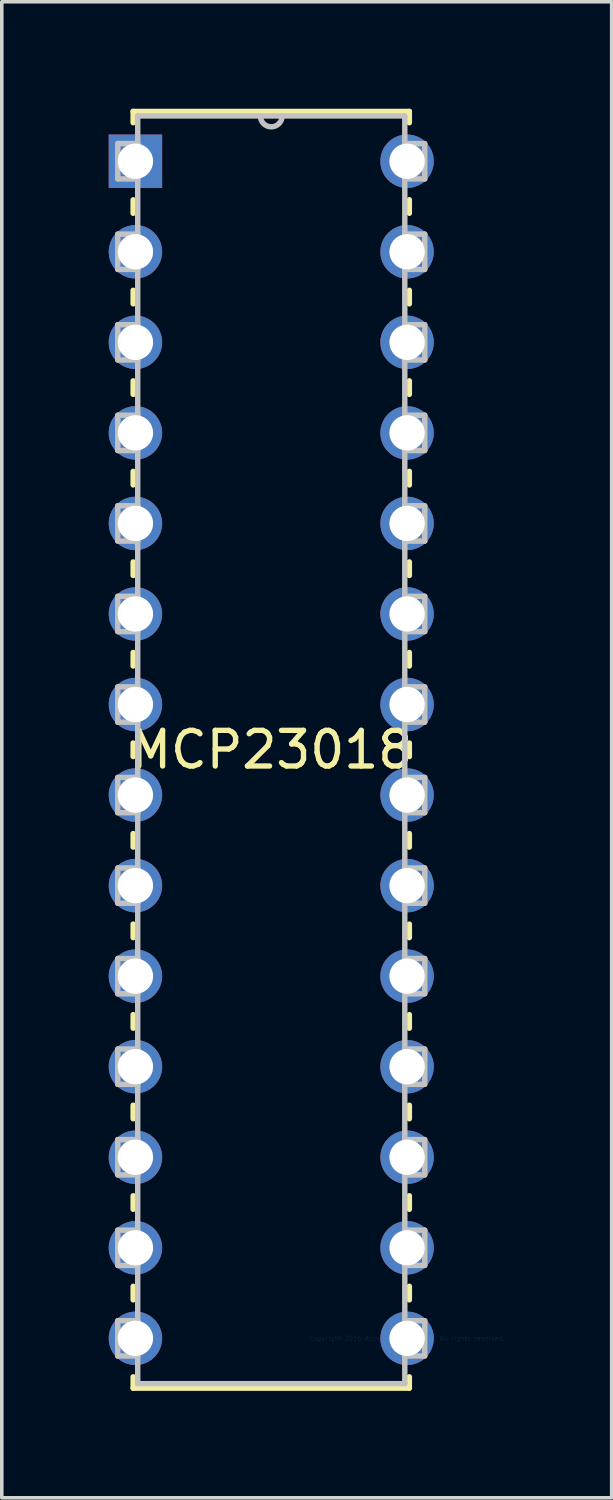
<source format=kicad_pcb>
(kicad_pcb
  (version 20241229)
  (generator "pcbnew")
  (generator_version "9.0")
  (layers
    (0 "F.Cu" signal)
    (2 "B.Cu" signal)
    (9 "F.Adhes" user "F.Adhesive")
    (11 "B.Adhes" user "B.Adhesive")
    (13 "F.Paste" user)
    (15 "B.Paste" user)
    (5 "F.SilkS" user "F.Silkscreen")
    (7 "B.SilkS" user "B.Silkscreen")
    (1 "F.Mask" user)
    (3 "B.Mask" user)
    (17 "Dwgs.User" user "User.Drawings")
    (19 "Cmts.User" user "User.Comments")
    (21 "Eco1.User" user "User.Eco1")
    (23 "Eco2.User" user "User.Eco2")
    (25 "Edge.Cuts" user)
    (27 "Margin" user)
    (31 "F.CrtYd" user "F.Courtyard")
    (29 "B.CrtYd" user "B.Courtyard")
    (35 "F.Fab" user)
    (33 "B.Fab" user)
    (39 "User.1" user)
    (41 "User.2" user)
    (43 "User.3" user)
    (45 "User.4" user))
  (footprint "MCP23018"
    (layer "F.Cu")
    (at 8.369 34.493)
    (property "Reference" "MCP23018" (at -3.81 -16.51 0) (layer "F.SilkS") (effects (font (size 1 1) (thickness 0.15))))
    (attr through_hole)
    (fp_line (start -7.684 -34.417) (end -7.684 -34.102) (stroke (width 0.152) (type solid)) (layer "F.SilkS"))
    (fp_line (start -7.684 -31.938) (end -7.684 -31.56) (stroke (width 0.152) (type solid)) (layer "F.SilkS"))
    (fp_line (start -7.684 -29.4) (end -7.684 -29.02) (stroke (width 0.152) (type solid)) (layer "F.SilkS"))
    (fp_line (start -7.684 -26.86) (end -7.684 -26.48) (stroke (width 0.152) (type solid)) (layer "F.SilkS"))
    (fp_line (start -7.684 -24.32) (end -7.684 -23.94) (stroke (width 0.152) (type solid)) (layer "F.SilkS"))
    (fp_line (start -7.684 -21.78) (end -7.684 -21.4) (stroke (width 0.152) (type solid)) (layer "F.SilkS"))
    (fp_line (start -7.684 -19.24) (end -7.684 -18.86) (stroke (width 0.152) (type solid)) (layer "F.SilkS"))
    (fp_line (start -7.684 -16.7) (end -7.684 -16.32) (stroke (width 0.152) (type solid)) (layer "F.SilkS"))
    (fp_line (start -7.684 -14.16) (end -7.684 -13.78) (stroke (width 0.152) (type solid)) (layer "F.SilkS"))
    (fp_line (start -7.684 -11.62) (end -7.684 -11.24) (stroke (width 0.152) (type solid)) (layer "F.SilkS"))
    (fp_line (start -7.684 -9.08) (end -7.684 -8.7) (stroke (width 0.152) (type solid)) (layer "F.SilkS"))
    (fp_line (start -7.684 -6.54) (end -7.684 -6.16) (stroke (width 0.152) (type solid)) (layer "F.SilkS"))
    (fp_line (start -7.684 -4) (end -7.684 -3.62) (stroke (width 0.152) (type solid)) (layer "F.SilkS"))
    (fp_line (start -7.684 -1.46) (end -7.684 -1.08) (stroke (width 0.152) (type solid)) (layer "F.SilkS"))
    (fp_line (start -7.684 1.08) (end -7.684 1.397) (stroke (width 0.152) (type solid)) (layer "F.SilkS"))
    (fp_line (start -7.684 1.397) (end 0.064 1.397) (stroke (width 0.152) (type solid)) (layer "F.SilkS"))
    (fp_line (start 0.064 -34.417) (end -7.684 -34.417) (stroke (width 0.152) (type solid)) (layer "F.SilkS"))
    (fp_line (start 0.064 -34.1) (end 0.064 -34.417) (stroke (width 0.152) (type solid)) (layer "F.SilkS"))
    (fp_line (start 0.064 -31.56) (end 0.064 -31.94) (stroke (width 0.152) (type solid)) (layer "F.SilkS"))
    (fp_line (start 0.064 -29.02) (end 0.064 -29.4) (stroke (width 0.152) (type solid)) (layer "F.SilkS"))
    (fp_line (start 0.064 -26.48) (end 0.064 -26.86) (stroke (width 0.152) (type solid)) (layer "F.SilkS"))
    (fp_line (start 0.064 -23.94) (end 0.064 -24.32) (stroke (width 0.152) (type solid)) (layer "F.SilkS"))
    (fp_line (start 0.064 -21.4) (end 0.064 -21.78) (stroke (width 0.152) (type solid)) (layer "F.SilkS"))
    (fp_line (start 0.064 -18.86) (end 0.064 -19.24) (stroke (width 0.152) (type solid)) (layer "F.SilkS"))
    (fp_line (start 0.064 -16.32) (end 0.064 -16.7) (stroke (width 0.152) (type solid)) (layer "F.SilkS"))
    (fp_line (start 0.064 -13.78) (end 0.064 -14.16) (stroke (width 0.152) (type solid)) (layer "F.SilkS"))
    (fp_line (start 0.064 -11.24) (end 0.064 -11.62) (stroke (width 0.152) (type solid)) (layer "F.SilkS"))
    (fp_line (start 0.064 -8.7) (end 0.064 -9.08) (stroke (width 0.152) (type solid)) (layer "F.SilkS"))
    (fp_line (start 0.064 -6.16) (end 0.064 -6.54) (stroke (width 0.152) (type solid)) (layer "F.SilkS"))
    (fp_line (start 0.064 -3.62) (end 0.064 -4) (stroke (width 0.152) (type solid)) (layer "F.SilkS"))
    (fp_line (start 0.064 -1.08) (end 0.064 -1.46) (stroke (width 0.152) (type solid)) (layer "F.SilkS"))
    (fp_line (start 0.064 1.397) (end 0.064 1.08) (stroke (width 0.152) (type solid)) (layer "F.SilkS"))
    (fp_line (start -8.115 -33.515) (end -8.115 -32.525) (stroke (width 0.152) (type solid)) (layer "Dwgs.User"))
    (fp_line (start -8.115 -32.525) (end -7.556 -32.525) (stroke (width 0.152) (type solid)) (layer "Dwgs.User"))
    (fp_line (start -8.115 -30.975) (end -8.115 -29.985) (stroke (width 0.152) (type solid)) (layer "Dwgs.User"))
    (fp_line (start -8.115 -29.985) (end -7.556 -29.985) (stroke (width 0.152) (type solid)) (layer "Dwgs.User"))
    (fp_line (start -8.115 -28.435) (end -8.115 -27.445) (stroke (width 0.152) (type solid)) (layer "Dwgs.User"))
    (fp_line (start -8.115 -27.445) (end -7.556 -27.445) (stroke (width 0.152) (type solid)) (layer "Dwgs.User"))
    (fp_line (start -8.115 -25.895) (end -8.115 -24.905) (stroke (width 0.152) (type solid)) (layer "Dwgs.User"))
    (fp_line (start -8.115 -24.905) (end -7.556 -24.905) (stroke (width 0.152) (type solid)) (layer "Dwgs.User"))
    (fp_line (start -8.115 -23.355) (end -8.115 -22.365) (stroke (width 0.152) (type solid)) (layer "Dwgs.User"))
    (fp_line (start -8.115 -22.365) (end -7.556 -22.365) (stroke (width 0.152) (type solid)) (layer "Dwgs.User"))
    (fp_line (start -8.115 -20.815) (end -8.115 -19.825) (stroke (width 0.152) (type solid)) (layer "Dwgs.User"))
    (fp_line (start -8.115 -19.825) (end -7.556 -19.825) (stroke (width 0.152) (type solid)) (layer "Dwgs.User"))
    (fp_line (start -8.115 -18.275) (end -8.115 -17.285) (stroke (width 0.152) (type solid)) (layer "Dwgs.User"))
    (fp_line (start -8.115 -17.285) (end -7.556 -17.285) (stroke (width 0.152) (type solid)) (layer "Dwgs.User"))
    (fp_line (start -8.115 -15.735) (end -8.115 -14.745) (stroke (width 0.152) (type solid)) (layer "Dwgs.User"))
    (fp_line (start -8.115 -14.745) (end -7.556 -14.745) (stroke (width 0.152) (type solid)) (layer "Dwgs.User"))
    (fp_line (start -8.115 -13.195) (end -8.115 -12.205) (stroke (width 0.152) (type solid)) (layer "Dwgs.User"))
    (fp_line (start -8.115 -12.205) (end -7.556 -12.205) (stroke (width 0.152) (type solid)) (layer "Dwgs.User"))
    (fp_line (start -8.115 -10.655) (end -8.115 -9.665) (stroke (width 0.152) (type solid)) (layer "Dwgs.User"))
    (fp_line (start -8.115 -9.665) (end -7.556 -9.665) (stroke (width 0.152) (type solid)) (layer "Dwgs.User"))
    (fp_line (start -8.115 -8.115) (end -8.115 -7.125) (stroke (width 0.152) (type solid)) (layer "Dwgs.User"))
    (fp_line (start -8.115 -7.125) (end -7.556 -7.125) (stroke (width 0.152) (type solid)) (layer "Dwgs.User"))
    (fp_line (start -8.115 -5.575) (end -8.115 -4.585) (stroke (width 0.152) (type solid)) (layer "Dwgs.User"))
    (fp_line (start -8.115 -4.585) (end -7.556 -4.585) (stroke (width 0.152) (type solid)) (layer "Dwgs.User"))
    (fp_line (start -8.115 -3.035) (end -8.115 -2.045) (stroke (width 0.152) (type solid)) (layer "Dwgs.User"))
    (fp_line (start -8.115 -2.045) (end -7.556 -2.045) (stroke (width 0.152) (type solid)) (layer "Dwgs.User"))
    (fp_line (start -8.115 -0.495) (end -8.115 0.495) (stroke (width 0.152) (type solid)) (layer "Dwgs.User"))
    (fp_line (start -8.115 0.495) (end -7.556 0.495) (stroke (width 0.152) (type solid)) (layer "Dwgs.User"))
    (fp_line (start -7.556 -34.29) (end -7.556 1.27) (stroke (width 0.152) (type solid)) (layer "Dwgs.User"))
    (fp_line (start -7.556 -33.515) (end -8.115 -33.515) (stroke (width 0.152) (type solid)) (layer "Dwgs.User"))
    (fp_line (start -7.556 -32.525) (end -7.556 -33.515) (stroke (width 0.152) (type solid)) (layer "Dwgs.User"))
    (fp_line (start -7.556 -30.975) (end -8.115 -30.975) (stroke (width 0.152) (type solid)) (layer "Dwgs.User"))
    (fp_line (start -7.556 -29.985) (end -7.556 -30.975) (stroke (width 0.152) (type solid)) (layer "Dwgs.User"))
    (fp_line (start -7.556 -28.435) (end -8.115 -28.435) (stroke (width 0.152) (type solid)) (layer "Dwgs.User"))
    (fp_line (start -7.556 -27.445) (end -7.556 -28.435) (stroke (width 0.152) (type solid)) (layer "Dwgs.User"))
    (fp_line (start -7.556 -25.895) (end -8.115 -25.895) (stroke (width 0.152) (type solid)) (layer "Dwgs.User"))
    (fp_line (start -7.556 -24.905) (end -7.556 -25.895) (stroke (width 0.152) (type solid)) (layer "Dwgs.User"))
    (fp_line (start -7.556 -23.355) (end -8.115 -23.355) (stroke (width 0.152) (type solid)) (layer "Dwgs.User"))
    (fp_line (start -7.556 -22.365) (end -7.556 -23.355) (stroke (width 0.152) (type solid)) (layer "Dwgs.User"))
    (fp_line (start -7.556 -20.815) (end -8.115 -20.815) (stroke (width 0.152) (type solid)) (layer "Dwgs.User"))
    (fp_line (start -7.556 -19.825) (end -7.556 -20.815) (stroke (width 0.152) (type solid)) (layer "Dwgs.User"))
    (fp_line (start -7.556 -18.275) (end -8.115 -18.275) (stroke (width 0.152) (type solid)) (layer "Dwgs.User"))
    (fp_line (start -7.556 -17.285) (end -7.556 -18.275) (stroke (width 0.152) (type solid)) (layer "Dwgs.User"))
    (fp_line (start -7.556 -15.735) (end -8.115 -15.735) (stroke (width 0.152) (type solid)) (layer "Dwgs.User"))
    (fp_line (start -7.556 -14.745) (end -7.556 -15.735) (stroke (width 0.152) (type solid)) (layer "Dwgs.User"))
    (fp_line (start -7.556 -13.195) (end -8.115 -13.195) (stroke (width 0.152) (type solid)) (layer "Dwgs.User"))
    (fp_line (start -7.556 -12.205) (end -7.556 -13.195) (stroke (width 0.152) (type solid)) (layer "Dwgs.User"))
    (fp_line (start -7.556 -10.655) (end -8.115 -10.655) (stroke (width 0.152) (type solid)) (layer "Dwgs.User"))
    (fp_line (start -7.556 -9.665) (end -7.556 -10.655) (stroke (width 0.152) (type solid)) (layer "Dwgs.User"))
    (fp_line (start -7.556 -8.115) (end -8.115 -8.115) (stroke (width 0.152) (type solid)) (layer "Dwgs.User"))
    (fp_line (start -7.556 -7.125) (end -7.556 -8.115) (stroke (width 0.152) (type solid)) (layer "Dwgs.User"))
    (fp_line (start -7.556 -5.575) (end -8.115 -5.575) (stroke (width 0.152) (type solid)) (layer "Dwgs.User"))
    (fp_line (start -7.556 -4.585) (end -7.556 -5.575) (stroke (width 0.152) (type solid)) (layer "Dwgs.User"))
    (fp_line (start -7.556 -3.035) (end -8.115 -3.035) (stroke (width 0.152) (type solid)) (layer "Dwgs.User"))
    (fp_line (start -7.556 -2.045) (end -7.556 -3.035) (stroke (width 0.152) (type solid)) (layer "Dwgs.User"))
    (fp_line (start -7.556 -0.495) (end -8.115 -0.495) (stroke (width 0.152) (type solid)) (layer "Dwgs.User"))
    (fp_line (start -7.556 0.495) (end -7.556 -0.495) (stroke (width 0.152) (type solid)) (layer "Dwgs.User"))
    (fp_line (start -7.556 1.27) (end -0.064 1.27) (stroke (width 0.152) (type solid)) (layer "Dwgs.User"))
    (fp_line (start -0.064 -34.29) (end -7.556 -34.29) (stroke (width 0.152) (type solid)) (layer "Dwgs.User"))
    (fp_line (start -0.064 -33.515) (end -0.064 -32.525) (stroke (width 0.152) (type solid)) (layer "Dwgs.User"))
    (fp_line (start -0.064 -32.525) (end 0.495 -32.525) (stroke (width 0.152) (type solid)) (layer "Dwgs.User"))
    (fp_line (start -0.064 -30.975) (end -0.064 -29.985) (stroke (width 0.152) (type solid)) (layer "Dwgs.User"))
    (fp_line (start -0.064 -29.985) (end 0.495 -29.985) (stroke (width 0.152) (type solid)) (layer "Dwgs.User"))
    (fp_line (start -0.064 -28.435) (end -0.064 -27.445) (stroke (width 0.152) (type solid)) (layer "Dwgs.User"))
    (fp_line (start -0.064 -27.445) (end 0.495 -27.445) (stroke (width 0.152) (type solid)) (layer "Dwgs.User"))
    (fp_line (start -0.064 -25.895) (end -0.064 -24.905) (stroke (width 0.152) (type solid)) (layer "Dwgs.User"))
    (fp_line (start -0.064 -24.905) (end 0.495 -24.905) (stroke (width 0.152) (type solid)) (layer "Dwgs.User"))
    (fp_line (start -0.064 -23.355) (end -0.064 -22.365) (stroke (width 0.152) (type solid)) (layer "Dwgs.User"))
    (fp_line (start -0.064 -22.365) (end 0.495 -22.365) (stroke (width 0.152) (type solid)) (layer "Dwgs.User"))
    (fp_line (start -0.064 -20.815) (end -0.064 -19.825) (stroke (width 0.152) (type solid)) (layer "Dwgs.User"))
    (fp_line (start -0.064 -19.825) (end 0.495 -19.825) (stroke (width 0.152) (type solid)) (layer "Dwgs.User"))
    (fp_line (start -0.064 -18.275) (end -0.064 -17.285) (stroke (width 0.152) (type solid)) (layer "Dwgs.User"))
    (fp_line (start -0.064 -17.285) (end 0.495 -17.285) (stroke (width 0.152) (type solid)) (layer "Dwgs.User"))
    (fp_line (start -0.064 -15.735) (end -0.064 -14.745) (stroke (width 0.152) (type solid)) (layer "Dwgs.User"))
    (fp_line (start -0.064 -14.745) (end 0.495 -14.745) (stroke (width 0.152) (type solid)) (layer "Dwgs.User"))
    (fp_line (start -0.064 -13.195) (end -0.064 -12.205) (stroke (width 0.152) (type solid)) (layer "Dwgs.User"))
    (fp_line (start -0.064 -12.205) (end 0.495 -12.205) (stroke (width 0.152) (type solid)) (layer "Dwgs.User"))
    (fp_line (start -0.064 -10.655) (end -0.064 -9.665) (stroke (width 0.152) (type solid)) (layer "Dwgs.User"))
    (fp_line (start -0.064 -9.665) (end 0.495 -9.665) (stroke (width 0.152) (type solid)) (layer "Dwgs.User"))
    (fp_line (start -0.064 -8.115) (end -0.064 -7.125) (stroke (width 0.152) (type solid)) (layer "Dwgs.User"))
    (fp_line (start -0.064 -7.125) (end 0.495 -7.125) (stroke (width 0.152) (type solid)) (layer "Dwgs.User"))
    (fp_line (start -0.064 -5.575) (end -0.064 -4.585) (stroke (width 0.152) (type solid)) (layer "Dwgs.User"))
    (fp_line (start -0.064 -4.585) (end 0.495 -4.585) (stroke (width 0.152) (type solid)) (layer "Dwgs.User"))
    (fp_line (start -0.064 -3.035) (end -0.064 -2.045) (stroke (width 0.152) (type solid)) (layer "Dwgs.User"))
    (fp_line (start -0.064 -2.045) (end 0.495 -2.045) (stroke (width 0.152) (type solid)) (layer "Dwgs.User"))
    (fp_line (start -0.064 -0.495) (end -0.064 0.495) (stroke (width 0.152) (type solid)) (layer "Dwgs.User"))
    (fp_line (start -0.064 0.495) (end 0.495 0.495) (stroke (width 0.152) (type solid)) (layer "Dwgs.User"))
    (fp_line (start -0.064 1.27) (end -0.064 -34.29) (stroke (width 0.152) (type solid)) (layer "Dwgs.User"))
    (fp_line (start 0.495 -33.515) (end -0.064 -33.515) (stroke (width 0.152) (type solid)) (layer "Dwgs.User"))
    (fp_line (start 0.495 -32.525) (end 0.495 -33.515) (stroke (width 0.152) (type solid)) (layer "Dwgs.User"))
    (fp_line (start 0.495 -30.975) (end -0.064 -30.975) (stroke (width 0.152) (type solid)) (layer "Dwgs.User"))
    (fp_line (start 0.495 -29.985) (end 0.495 -30.975) (stroke (width 0.152) (type solid)) (layer "Dwgs.User"))
    (fp_line (start 0.495 -28.435) (end -0.064 -28.435) (stroke (width 0.152) (type solid)) (layer "Dwgs.User"))
    (fp_line (start 0.495 -27.445) (end 0.495 -28.435) (stroke (width 0.152) (type solid)) (layer "Dwgs.User"))
    (fp_line (start 0.495 -25.895) (end -0.064 -25.895) (stroke (width 0.152) (type solid)) (layer "Dwgs.User"))
    (fp_line (start 0.495 -24.905) (end 0.495 -25.895) (stroke (width 0.152) (type solid)) (layer "Dwgs.User"))
    (fp_line (start 0.495 -23.355) (end -0.064 -23.355) (stroke (width 0.152) (type solid)) (layer "Dwgs.User"))
    (fp_line (start 0.495 -22.365) (end 0.495 -23.355) (stroke (width 0.152) (type solid)) (layer "Dwgs.User"))
    (fp_line (start 0.495 -20.815) (end -0.064 -20.815) (stroke (width 0.152) (type solid)) (layer "Dwgs.User"))
    (fp_line (start 0.495 -19.825) (end 0.495 -20.815) (stroke (width 0.152) (type solid)) (layer "Dwgs.User"))
    (fp_line (start 0.495 -18.275) (end -0.064 -18.275) (stroke (width 0.152) (type solid)) (layer "Dwgs.User"))
    (fp_line (start 0.495 -17.285) (end 0.495 -18.275) (stroke (width 0.152) (type solid)) (layer "Dwgs.User"))
    (fp_line (start 0.495 -15.735) (end -0.064 -15.735) (stroke (width 0.152) (type solid)) (layer "Dwgs.User"))
    (fp_line (start 0.495 -14.745) (end 0.495 -15.735) (stroke (width 0.152) (type solid)) (layer "Dwgs.User"))
    (fp_line (start 0.495 -13.195) (end -0.064 -13.195) (stroke (width 0.152) (type solid)) (layer "Dwgs.User"))
    (fp_line (start 0.495 -12.205) (end 0.495 -13.195) (stroke (width 0.152) (type solid)) (layer "Dwgs.User"))
    (fp_line (start 0.495 -10.655) (end -0.064 -10.655) (stroke (width 0.152) (type solid)) (layer "Dwgs.User"))
    (fp_line (start 0.495 -9.665) (end 0.495 -10.655) (stroke (width 0.152) (type solid)) (layer "Dwgs.User"))
    (fp_line (start 0.495 -8.115) (end -0.064 -8.115) (stroke (width 0.152) (type solid)) (layer "Dwgs.User"))
    (fp_line (start 0.495 -7.125) (end 0.495 -8.115) (stroke (width 0.152) (type solid)) (layer "Dwgs.User"))
    (fp_line (start 0.495 -5.575) (end -0.064 -5.575) (stroke (width 0.152) (type solid)) (layer "Dwgs.User"))
    (fp_line (start 0.495 -4.585) (end 0.495 -5.575) (stroke (width 0.152) (type solid)) (layer "Dwgs.User"))
    (fp_line (start 0.495 -3.035) (end -0.064 -3.035) (stroke (width 0.152) (type solid)) (layer "Dwgs.User"))
    (fp_line (start 0.495 -2.045) (end 0.495 -3.035) (stroke (width 0.152) (type solid)) (layer "Dwgs.User"))
    (fp_line (start 0.495 -0.495) (end -0.064 -0.495) (stroke (width 0.152) (type solid)) (layer "Dwgs.User"))
    (fp_line (start 0.495 0.495) (end 0.495 -0.495) (stroke (width 0.152) (type solid)) (layer "Dwgs.User"))
    (fp_arc (start -3.5052 -34.29) (mid -3.81 -33.9852) (end -4.1148 -34.29) (stroke (width 0.1524) (type solid)) (layer "Dwgs.User"))
    (fp_text user "Copyright 2016 Accelerated Designs. All rights reserved." (at 0 0 0) (layer "Cmts.User") (effects (font (size 0.127 0.127) (thickness 0.002))))
    (pad "1" thru_hole rect (at -7.62 -33.02) (size 1.499 1.499) (drill 0.991) (layers "*.Cu" "*.Mask"))
    (pad "2" thru_hole circle (at -7.62 -30.48) (size 1.499 1.499) (drill 0.991) (layers "*.Cu" "*.Mask"))
    (pad "3" thru_hole circle (at -7.62 -27.94) (size 1.499 1.499) (drill 0.991) (layers "*.Cu" "*.Mask"))
    (pad "4" thru_hole circle (at -7.62 -25.4) (size 1.499 1.499) (drill 0.991) (layers "*.Cu" "*.Mask"))
    (pad "5" thru_hole circle (at -7.62 -22.86) (size 1.499 1.499) (drill 0.991) (layers "*.Cu" "*.Mask"))
    (pad "6" thru_hole circle (at -7.62 -20.32) (size 1.499 1.499) (drill 0.991) (layers "*.Cu" "*.Mask"))
    (pad "7" thru_hole circle (at -7.62 -17.78) (size 1.499 1.499) (drill 0.991) (layers "*.Cu" "*.Mask"))
    (pad "8" thru_hole circle (at -7.62 -15.24) (size 1.499 1.499) (drill 0.991) (layers "*.Cu" "*.Mask"))
    (pad "9" thru_hole circle (at -7.62 -12.7) (size 1.499 1.499) (drill 0.991) (layers "*.Cu" "*.Mask"))
    (pad "10" thru_hole circle (at -7.62 -10.16) (size 1.499 1.499) (drill 0.991) (layers "*.Cu" "*.Mask"))
    (pad "11" thru_hole circle (at -7.62 -7.62) (size 1.499 1.499) (drill 0.991) (layers "*.Cu" "*.Mask"))
    (pad "12" thru_hole circle (at -7.62 -5.08) (size 1.499 1.499) (drill 0.991) (layers "*.Cu" "*.Mask"))
    (pad "13" thru_hole circle (at -7.62 -2.54) (size 1.499 1.499) (drill 0.991) (layers "*.Cu" "*.Mask"))
    (pad "14" thru_hole circle (at -7.62 0) (size 1.499 1.499) (drill 0.991) (layers "*.Cu" "*.Mask"))
    (pad "15" thru_hole circle (at 0 0) (size 1.499 1.499) (drill 0.991) (layers "*.Cu" "*.Mask"))
    (pad "16" thru_hole circle (at 0 -2.54) (size 1.499 1.499) (drill 0.991) (layers "*.Cu" "*.Mask"))
    (pad "17" thru_hole circle (at 0 -5.08) (size 1.499 1.499) (drill 0.991) (layers "*.Cu" "*.Mask"))
    (pad "18" thru_hole circle (at 0 -7.62) (size 1.499 1.499) (drill 0.991) (layers "*.Cu" "*.Mask"))
    (pad "19" thru_hole circle (at 0 -10.16) (size 1.499 1.499) (drill 0.991) (layers "*.Cu" "*.Mask"))
    (pad "20" thru_hole circle (at 0 -12.7) (size 1.499 1.499) (drill 0.991) (layers "*.Cu" "*.Mask"))
    (pad "21" thru_hole circle (at 0 -15.24) (size 1.499 1.499) (drill 0.991) (layers "*.Cu" "*.Mask"))
    (pad "22" thru_hole circle (at 0 -17.78) (size 1.499 1.499) (drill 0.991) (layers "*.Cu" "*.Mask"))
    (pad "23" thru_hole circle (at 0 -20.32) (size 1.499 1.499) (drill 0.991) (layers "*.Cu" "*.Mask"))
    (pad "24" thru_hole circle (at 0 -22.86) (size 1.499 1.499) (drill 0.991) (layers "*.Cu" "*.Mask"))
    (pad "25" thru_hole circle (at 0 -25.4) (size 1.499 1.499) (drill 0.991) (layers "*.Cu" "*.Mask"))
    (pad "26" thru_hole circle (at 0 -27.94) (size 1.499 1.499) (drill 0.991) (layers "*.Cu" "*.Mask"))
    (pad "27" thru_hole circle (at 0 -30.48) (size 1.499 1.499) (drill 0.991) (layers "*.Cu" "*.Mask"))
    (pad "28" thru_hole circle (at 0 -33.02) (size 1.499 1.499) (drill 0.991) (layers "*.Cu" "*.Mask")))
  (gr_rect
    (start -3 -3)
    (end 14.108 38.966)
    (stroke (width 0.1) (type default))
    (fill no)
    (layer "Edge.Cuts")))
</source>
